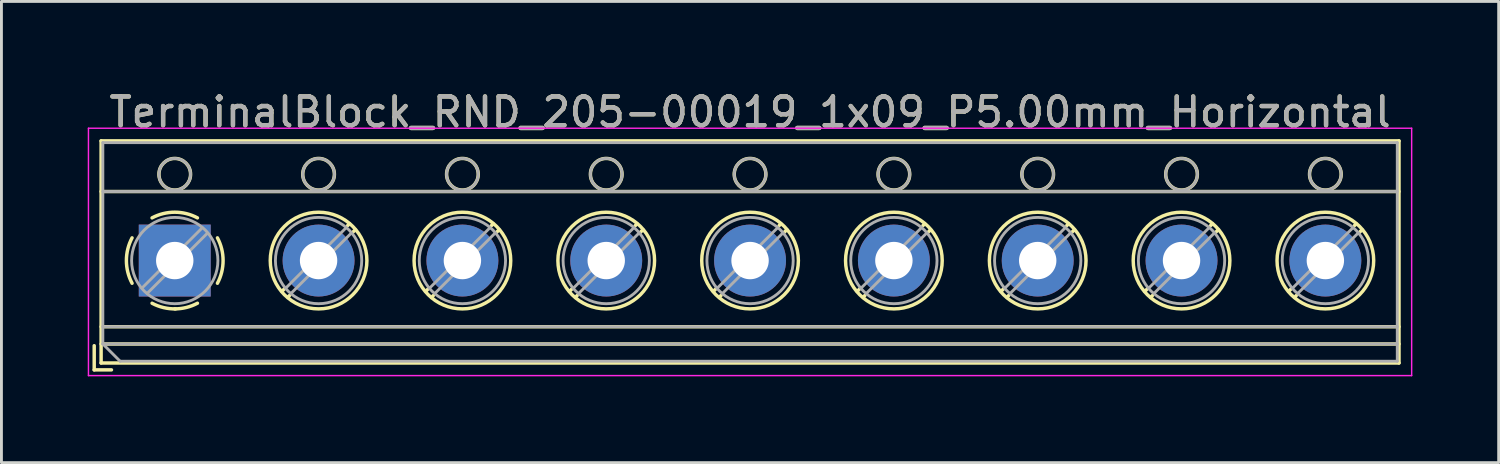
<source format=kicad_pcb>
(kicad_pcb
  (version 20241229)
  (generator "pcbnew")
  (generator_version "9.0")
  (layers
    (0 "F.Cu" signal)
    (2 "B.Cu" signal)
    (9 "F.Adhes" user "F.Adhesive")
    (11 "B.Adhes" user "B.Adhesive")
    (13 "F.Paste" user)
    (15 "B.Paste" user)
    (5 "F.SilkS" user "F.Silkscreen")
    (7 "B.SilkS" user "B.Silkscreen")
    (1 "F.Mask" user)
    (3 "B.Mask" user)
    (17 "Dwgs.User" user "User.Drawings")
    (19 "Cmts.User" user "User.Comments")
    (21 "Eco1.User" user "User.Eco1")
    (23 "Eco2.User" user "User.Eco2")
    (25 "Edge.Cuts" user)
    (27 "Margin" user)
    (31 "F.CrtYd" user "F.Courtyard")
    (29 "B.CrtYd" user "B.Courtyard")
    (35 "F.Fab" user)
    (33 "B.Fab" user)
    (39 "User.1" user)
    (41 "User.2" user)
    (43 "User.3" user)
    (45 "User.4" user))
  (footprint "TerminalBlock_RND_205-00019_1x09_P5.00mm_Horizontal"
    (layer "F.Cu")
    (at 3.025 6.008)
    (property "Reference" "TerminalBlock_RND_205-00019_1x09_P5.00mm_Horizontal" (at 20 -5.16 0) (layer "F.SilkS") (effects (font (size 1 1) (thickness 0.15))))
    (attr through_hole)
    (fp_line (start -2.8 2.96) (end -2.8 3.8) (stroke (width 0.12) (type solid)) (layer "F.SilkS"))
    (fp_line (start -2.8 3.8) (end -2.2 3.8) (stroke (width 0.12) (type solid)) (layer "F.SilkS"))
    (fp_line (start -2.56 -4.16) (end -2.56 3.561) (stroke (width 0.12) (type solid)) (layer "F.SilkS"))
    (fp_line (start -2.56 -4.16) (end 42.56 -4.16) (stroke (width 0.12) (type solid)) (layer "F.SilkS"))
    (fp_line (start -2.56 -2.4) (end 42.56 -2.4) (stroke (width 0.12) (type solid)) (layer "F.SilkS"))
    (fp_line (start -2.56 2.3) (end 42.56 2.3) (stroke (width 0.12) (type solid)) (layer "F.SilkS"))
    (fp_line (start -2.56 2.9) (end 42.56 2.9) (stroke (width 0.12) (type solid)) (layer "F.SilkS"))
    (fp_line (start -2.56 3.561) (end 42.56 3.561) (stroke (width 0.12) (type solid)) (layer "F.SilkS"))
    (fp_line (start 3.82 0.976) (end 3.726 1.069) (stroke (width 0.12) (type solid)) (layer "F.SilkS"))
    (fp_line (start 3.99 1.216) (end 3.931 1.274) (stroke (width 0.12) (type solid)) (layer "F.SilkS"))
    (fp_line (start 6.07 -1.275) (end 6.011 -1.216) (stroke (width 0.12) (type solid)) (layer "F.SilkS"))
    (fp_line (start 6.275 -1.069) (end 6.181 -0.976) (stroke (width 0.12) (type solid)) (layer "F.SilkS"))
    (fp_line (start 8.82 0.976) (end 8.726 1.069) (stroke (width 0.12) (type solid)) (layer "F.SilkS"))
    (fp_line (start 8.99 1.216) (end 8.931 1.274) (stroke (width 0.12) (type solid)) (layer "F.SilkS"))
    (fp_line (start 11.07 -1.275) (end 11.011 -1.216) (stroke (width 0.12) (type solid)) (layer "F.SilkS"))
    (fp_line (start 11.275 -1.069) (end 11.181 -0.976) (stroke (width 0.12) (type solid)) (layer "F.SilkS"))
    (fp_line (start 13.82 0.976) (end 13.726 1.069) (stroke (width 0.12) (type solid)) (layer "F.SilkS"))
    (fp_line (start 13.99 1.216) (end 13.931 1.274) (stroke (width 0.12) (type solid)) (layer "F.SilkS"))
    (fp_line (start 16.07 -1.275) (end 16.011 -1.216) (stroke (width 0.12) (type solid)) (layer "F.SilkS"))
    (fp_line (start 16.275 -1.069) (end 16.181 -0.976) (stroke (width 0.12) (type solid)) (layer "F.SilkS"))
    (fp_line (start 18.82 0.976) (end 18.726 1.069) (stroke (width 0.12) (type solid)) (layer "F.SilkS"))
    (fp_line (start 18.99 1.216) (end 18.931 1.274) (stroke (width 0.12) (type solid)) (layer "F.SilkS"))
    (fp_line (start 21.07 -1.275) (end 21.011 -1.216) (stroke (width 0.12) (type solid)) (layer "F.SilkS"))
    (fp_line (start 21.275 -1.069) (end 21.181 -0.976) (stroke (width 0.12) (type solid)) (layer "F.SilkS"))
    (fp_line (start 23.82 0.976) (end 23.726 1.069) (stroke (width 0.12) (type solid)) (layer "F.SilkS"))
    (fp_line (start 23.99 1.216) (end 23.931 1.274) (stroke (width 0.12) (type solid)) (layer "F.SilkS"))
    (fp_line (start 26.07 -1.275) (end 26.011 -1.216) (stroke (width 0.12) (type solid)) (layer "F.SilkS"))
    (fp_line (start 26.275 -1.069) (end 26.181 -0.976) (stroke (width 0.12) (type solid)) (layer "F.SilkS"))
    (fp_line (start 28.82 0.976) (end 28.726 1.069) (stroke (width 0.12) (type solid)) (layer "F.SilkS"))
    (fp_line (start 28.99 1.216) (end 28.931 1.274) (stroke (width 0.12) (type solid)) (layer "F.SilkS"))
    (fp_line (start 31.07 -1.275) (end 31.011 -1.216) (stroke (width 0.12) (type solid)) (layer "F.SilkS"))
    (fp_line (start 31.275 -1.069) (end 31.181 -0.976) (stroke (width 0.12) (type solid)) (layer "F.SilkS"))
    (fp_line (start 33.82 0.976) (end 33.726 1.069) (stroke (width 0.12) (type solid)) (layer "F.SilkS"))
    (fp_line (start 33.99 1.216) (end 33.931 1.274) (stroke (width 0.12) (type solid)) (layer "F.SilkS"))
    (fp_line (start 36.07 -1.275) (end 36.011 -1.216) (stroke (width 0.12) (type solid)) (layer "F.SilkS"))
    (fp_line (start 36.275 -1.069) (end 36.181 -0.976) (stroke (width 0.12) (type solid)) (layer "F.SilkS"))
    (fp_line (start 38.82 0.976) (end 38.726 1.069) (stroke (width 0.12) (type solid)) (layer "F.SilkS"))
    (fp_line (start 38.99 1.216) (end 38.931 1.274) (stroke (width 0.12) (type solid)) (layer "F.SilkS"))
    (fp_line (start 41.07 -1.275) (end 41.011 -1.216) (stroke (width 0.12) (type solid)) (layer "F.SilkS"))
    (fp_line (start 41.275 -1.069) (end 41.181 -0.976) (stroke (width 0.12) (type solid)) (layer "F.SilkS"))
    (fp_line (start 42.56 -4.16) (end 42.56 3.561) (stroke (width 0.12) (type solid)) (layer "F.SilkS"))
    (fp_arc (start -1.483953 0.789089) (mid -1.680708 0.00005) (end -1.484 -0.789) (stroke (width 0.12) (type solid)) (layer "F.SilkS"))
    (fp_arc (start -0.789089 -1.483953) (mid -0.00005 -1.680708) (end 0.789 -1.484) (stroke (width 0.12) (type solid)) (layer "F.SilkS"))
    (fp_arc (start 0.029383 1.68045) (mid -0.392304 1.634281) (end -0.789 1.484) (stroke (width 0.12) (type solid)) (layer "F.SilkS"))
    (fp_arc (start 0.788712 1.483352) (mid 0.406429 1.630097) (end 0 1.68) (stroke (width 0.12) (type solid)) (layer "F.SilkS"))
    (fp_arc (start 1.483953 -0.789089) (mid 1.680708 -0.00005) (end 1.484 0.789) (stroke (width 0.12) (type solid)) (layer "F.SilkS"))
    (fp_circle (center 0 -3) (end 0.55 -3) (stroke (width 0.12) (type solid)) (fill no) (layer "F.SilkS"))
    (fp_circle (center 5 -3) (end 5.55 -3) (stroke (width 0.12) (type solid)) (fill no) (layer "F.SilkS"))
    (fp_circle (center 5 0) (end 6.68 0) (stroke (width 0.12) (type solid)) (fill no) (layer "F.SilkS"))
    (fp_circle (center 10 -3) (end 10.55 -3) (stroke (width 0.12) (type solid)) (fill no) (layer "F.SilkS"))
    (fp_circle (center 10 0) (end 11.68 0) (stroke (width 0.12) (type solid)) (fill no) (layer "F.SilkS"))
    (fp_circle (center 15 -3) (end 15.55 -3) (stroke (width 0.12) (type solid)) (fill no) (layer "F.SilkS"))
    (fp_circle (center 15 0) (end 16.68 0) (stroke (width 0.12) (type solid)) (fill no) (layer "F.SilkS"))
    (fp_circle (center 20 -3) (end 20.55 -3) (stroke (width 0.12) (type solid)) (fill no) (layer "F.SilkS"))
    (fp_circle (center 20 0) (end 21.68 0) (stroke (width 0.12) (type solid)) (fill no) (layer "F.SilkS"))
    (fp_circle (center 25 -3) (end 25.55 -3) (stroke (width 0.12) (type solid)) (fill no) (layer "F.SilkS"))
    (fp_circle (center 25 0) (end 26.68 0) (stroke (width 0.12) (type solid)) (fill no) (layer "F.SilkS"))
    (fp_circle (center 30 -3) (end 30.55 -3) (stroke (width 0.12) (type solid)) (fill no) (layer "F.SilkS"))
    (fp_circle (center 30 0) (end 31.68 0) (stroke (width 0.12) (type solid)) (fill no) (layer "F.SilkS"))
    (fp_circle (center 35 -3) (end 35.55 -3) (stroke (width 0.12) (type solid)) (fill no) (layer "F.SilkS"))
    (fp_circle (center 35 0) (end 36.68 0) (stroke (width 0.12) (type solid)) (fill no) (layer "F.SilkS"))
    (fp_circle (center 40 -3) (end 40.55 -3) (stroke (width 0.12) (type solid)) (fill no) (layer "F.SilkS"))
    (fp_circle (center 40 0) (end 41.68 0) (stroke (width 0.12) (type solid)) (fill no) (layer "F.SilkS"))
    (fp_line (start -3 -4.6) (end -3 4) (stroke (width 0.05) (type solid)) (layer "F.CrtYd"))
    (fp_line (start -3 4) (end 43 4) (stroke (width 0.05) (type solid)) (layer "F.CrtYd"))
    (fp_line (start 43 -4.6) (end -3 -4.6) (stroke (width 0.05) (type solid)) (layer "F.CrtYd"))
    (fp_line (start 43 4) (end 43 -4.6) (stroke (width 0.05) (type solid)) (layer "F.CrtYd"))
    (fp_line (start -2.5 -4.1) (end 42.5 -4.1) (stroke (width 0.1) (type solid)) (layer "F.Fab"))
    (fp_line (start -2.5 -2.4) (end 42.5 -2.4) (stroke (width 0.1) (type solid)) (layer "F.Fab"))
    (fp_line (start -2.5 2.3) (end 42.5 2.3) (stroke (width 0.1) (type solid)) (layer "F.Fab"))
    (fp_line (start -2.5 2.9) (end -2.5 -4.1) (stroke (width 0.1) (type solid)) (layer "F.Fab"))
    (fp_line (start -2.5 2.9) (end 42.5 2.9) (stroke (width 0.1) (type solid)) (layer "F.Fab"))
    (fp_line (start -1.9 3.5) (end -2.5 2.9) (stroke (width 0.1) (type solid)) (layer "F.Fab"))
    (fp_line (start 0.955 -1.138) (end -1.138 0.955) (stroke (width 0.1) (type solid)) (layer "F.Fab"))
    (fp_line (start 1.138 -0.955) (end -0.955 1.138) (stroke (width 0.1) (type solid)) (layer "F.Fab"))
    (fp_line (start 5.955 -1.138) (end 3.863 0.955) (stroke (width 0.1) (type solid)) (layer "F.Fab"))
    (fp_line (start 6.138 -0.955) (end 4.046 1.138) (stroke (width 0.1) (type solid)) (layer "F.Fab"))
    (fp_line (start 10.955 -1.138) (end 8.863 0.955) (stroke (width 0.1) (type solid)) (layer "F.Fab"))
    (fp_line (start 11.138 -0.955) (end 9.046 1.138) (stroke (width 0.1) (type solid)) (layer "F.Fab"))
    (fp_line (start 15.955 -1.138) (end 13.863 0.955) (stroke (width 0.1) (type solid)) (layer "F.Fab"))
    (fp_line (start 16.138 -0.955) (end 14.046 1.138) (stroke (width 0.1) (type solid)) (layer "F.Fab"))
    (fp_line (start 20.955 -1.138) (end 18.863 0.955) (stroke (width 0.1) (type solid)) (layer "F.Fab"))
    (fp_line (start 21.138 -0.955) (end 19.046 1.138) (stroke (width 0.1) (type solid)) (layer "F.Fab"))
    (fp_line (start 25.955 -1.138) (end 23.863 0.955) (stroke (width 0.1) (type solid)) (layer "F.Fab"))
    (fp_line (start 26.138 -0.955) (end 24.046 1.138) (stroke (width 0.1) (type solid)) (layer "F.Fab"))
    (fp_line (start 30.955 -1.138) (end 28.863 0.955) (stroke (width 0.1) (type solid)) (layer "F.Fab"))
    (fp_line (start 31.138 -0.955) (end 29.046 1.138) (stroke (width 0.1) (type solid)) (layer "F.Fab"))
    (fp_line (start 35.955 -1.138) (end 33.863 0.955) (stroke (width 0.1) (type solid)) (layer "F.Fab"))
    (fp_line (start 36.138 -0.955) (end 34.046 1.138) (stroke (width 0.1) (type solid)) (layer "F.Fab"))
    (fp_line (start 40.955 -1.138) (end 38.863 0.955) (stroke (width 0.1) (type solid)) (layer "F.Fab"))
    (fp_line (start 41.138 -0.955) (end 39.046 1.138) (stroke (width 0.1) (type solid)) (layer "F.Fab"))
    (fp_line (start 42.5 -4.1) (end 42.5 3.5) (stroke (width 0.1) (type solid)) (layer "F.Fab"))
    (fp_line (start 42.5 3.5) (end -1.9 3.5) (stroke (width 0.1) (type solid)) (layer "F.Fab"))
    (fp_circle (center 0 -3) (end 0.55 -3) (stroke (width 0.1) (type solid)) (fill no) (layer "F.Fab"))
    (fp_circle (center 0 0) (end 1.5 0) (stroke (width 0.1) (type solid)) (fill no) (layer "F.Fab"))
    (fp_circle (center 5 -3) (end 5.55 -3) (stroke (width 0.1) (type solid)) (fill no) (layer "F.Fab"))
    (fp_circle (center 5 0) (end 6.5 0) (stroke (width 0.1) (type solid)) (fill no) (layer "F.Fab"))
    (fp_circle (center 10 -3) (end 10.55 -3) (stroke (width 0.1) (type solid)) (fill no) (layer "F.Fab"))
    (fp_circle (center 10 0) (end 11.5 0) (stroke (width 0.1) (type solid)) (fill no) (layer "F.Fab"))
    (fp_circle (center 15 -3) (end 15.55 -3) (stroke (width 0.1) (type solid)) (fill no) (layer "F.Fab"))
    (fp_circle (center 15 0) (end 16.5 0) (stroke (width 0.1) (type solid)) (fill no) (layer "F.Fab"))
    (fp_circle (center 20 -3) (end 20.55 -3) (stroke (width 0.1) (type solid)) (fill no) (layer "F.Fab"))
    (fp_circle (center 20 0) (end 21.5 0) (stroke (width 0.1) (type solid)) (fill no) (layer "F.Fab"))
    (fp_circle (center 25 -3) (end 25.55 -3) (stroke (width 0.1) (type solid)) (fill no) (layer "F.Fab"))
    (fp_circle (center 25 0) (end 26.5 0) (stroke (width 0.1) (type solid)) (fill no) (layer "F.Fab"))
    (fp_circle (center 30 -3) (end 30.55 -3) (stroke (width 0.1) (type solid)) (fill no) (layer "F.Fab"))
    (fp_circle (center 30 0) (end 31.5 0) (stroke (width 0.1) (type solid)) (fill no) (layer "F.Fab"))
    (fp_circle (center 35 -3) (end 35.55 -3) (stroke (width 0.1) (type solid)) (fill no) (layer "F.Fab"))
    (fp_circle (center 35 0) (end 36.5 0) (stroke (width 0.1) (type solid)) (fill no) (layer "F.Fab"))
    (fp_circle (center 40 -3) (end 40.55 -3) (stroke (width 0.1) (type solid)) (fill no) (layer "F.Fab"))
    (fp_circle (center 40 0) (end 41.5 0) (stroke (width 0.1) (type solid)) (fill no) (layer "F.Fab"))
    (fp_text user "${REFERENCE}" (at 20 -5.16 0) (layer "F.Fab") (effects (font (size 1 1) (thickness 0.15))))
    (pad "1" thru_hole rect (at 0 0) (size 2.5 2.5) (drill 1.3) (layers "*.Cu" "*.Mask"))
    (pad "2" thru_hole circle (at 5 0) (size 2.5 2.5) (drill 1.3) (layers "*.Cu" "*.Mask"))
    (pad "3" thru_hole circle (at 10 0) (size 2.5 2.5) (drill 1.3) (layers "*.Cu" "*.Mask"))
    (pad "4" thru_hole circle (at 15 0) (size 2.5 2.5) (drill 1.3) (layers "*.Cu" "*.Mask"))
    (pad "5" thru_hole circle (at 20 0) (size 2.5 2.5) (drill 1.3) (layers "*.Cu" "*.Mask"))
    (pad "6" thru_hole circle (at 25 0) (size 2.5 2.5) (drill 1.3) (layers "*.Cu" "*.Mask"))
    (pad "7" thru_hole circle (at 30 0) (size 2.5 2.5) (drill 1.3) (layers "*.Cu" "*.Mask"))
    (pad "8" thru_hole circle (at 35 0) (size 2.5 2.5) (drill 1.3) (layers "*.Cu" "*.Mask"))
    (pad "9" thru_hole circle (at 40 0) (size 2.5 2.5) (drill 1.3) (layers "*.Cu" "*.Mask")))
  (gr_rect
    (start -3 -3)
    (end 49.05 13.033)
    (stroke (width 0.1) (type default))
    (fill no)
    (layer "Edge.Cuts")))
</source>
